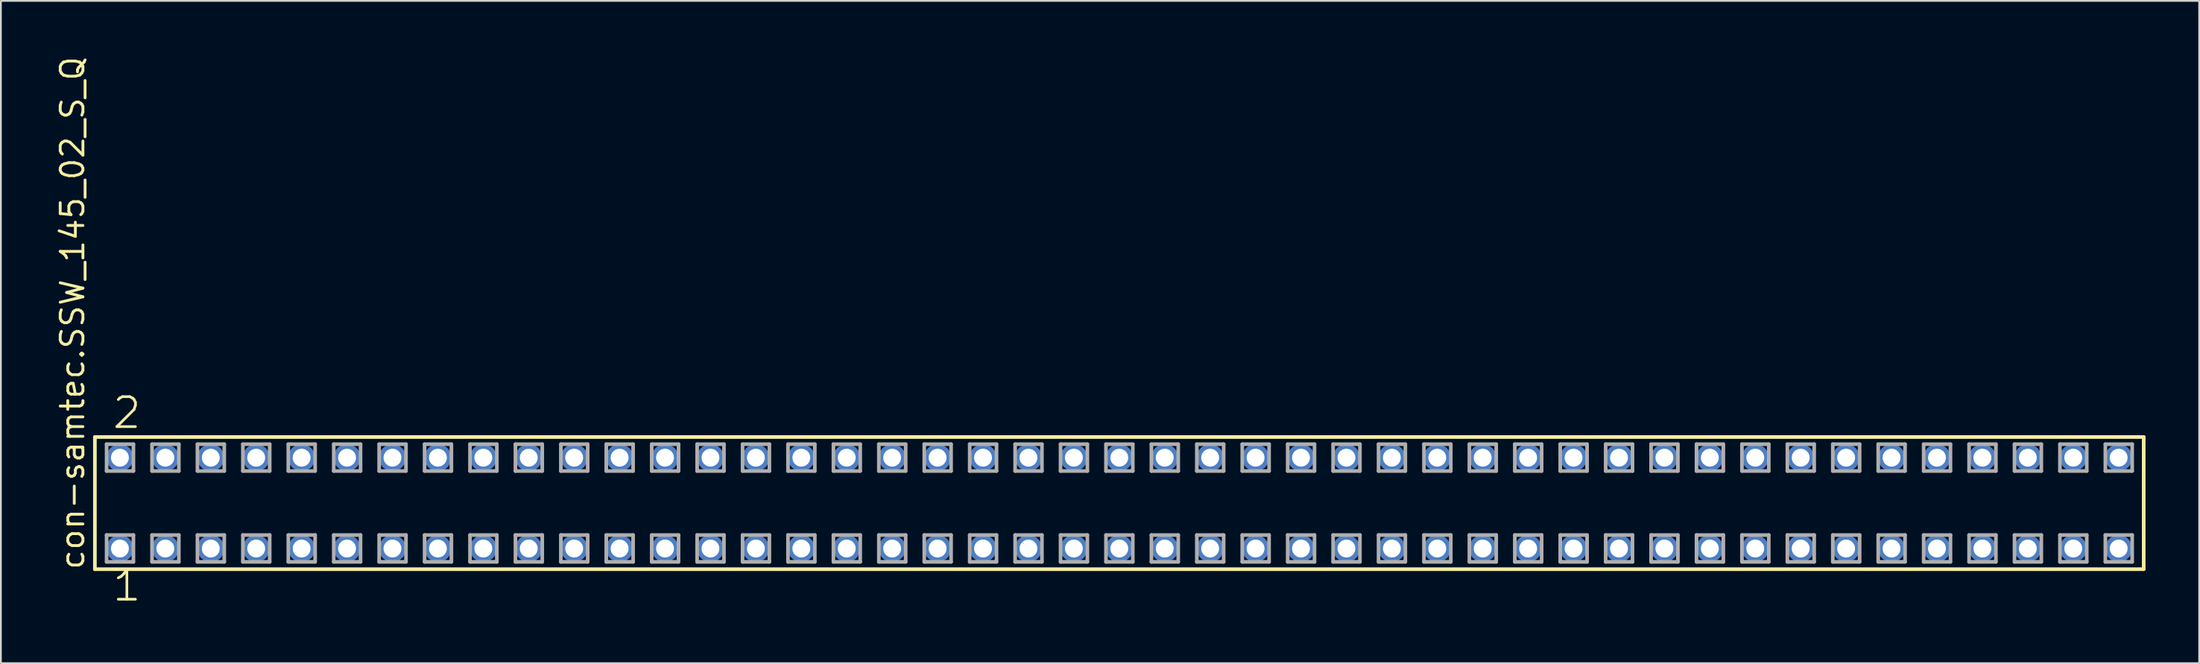
<source format=kicad_pcb>
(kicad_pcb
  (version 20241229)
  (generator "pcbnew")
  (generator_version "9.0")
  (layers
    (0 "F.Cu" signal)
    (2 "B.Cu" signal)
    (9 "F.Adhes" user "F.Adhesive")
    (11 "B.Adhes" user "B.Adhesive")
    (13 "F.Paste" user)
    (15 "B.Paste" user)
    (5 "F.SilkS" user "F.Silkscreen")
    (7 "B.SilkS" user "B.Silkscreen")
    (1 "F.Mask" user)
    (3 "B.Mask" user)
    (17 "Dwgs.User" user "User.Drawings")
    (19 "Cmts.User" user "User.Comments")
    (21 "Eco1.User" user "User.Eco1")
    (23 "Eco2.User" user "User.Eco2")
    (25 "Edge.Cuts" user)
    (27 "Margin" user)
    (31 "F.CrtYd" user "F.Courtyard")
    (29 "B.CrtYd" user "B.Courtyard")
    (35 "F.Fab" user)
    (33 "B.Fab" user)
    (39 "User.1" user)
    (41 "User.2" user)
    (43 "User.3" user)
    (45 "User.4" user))
  (footprint "con-samtec.SSW_145_02_S_Q"
    (layer "F.Cu")
    (at 59.535 25.082)
    (property "Reference" "con-samtec.SSW_145_02_S_Q" (at -57.785 3.81 90) (layer "F.SilkS") (effects (font (size 1.27 1.27) (thickness 0.16)) (justify left bottom)))
    (attr through_hole)
    (fp_line (start -57.279 -3.695) (end 57.279 -3.695) (stroke (width 0.203) (type default)) (layer "F.SilkS"))
    (fp_line (start -57.279 3.695) (end -57.279 -3.695) (stroke (width 0.203) (type default)) (layer "F.SilkS"))
    (fp_line (start 57.279 -3.695) (end 57.279 3.695) (stroke (width 0.203) (type default)) (layer "F.SilkS"))
    (fp_line (start 57.279 3.695) (end -57.279 3.695) (stroke (width 0.203) (type default)) (layer "F.SilkS"))
    (fp_line (start -56.625 -3.295) (end -55.125 -3.295) (stroke (width 0.203) (type default)) (layer "F.Fab"))
    (fp_line (start -56.625 -1.795) (end -56.625 -3.295) (stroke (width 0.203) (type default)) (layer "F.Fab"))
    (fp_line (start -56.625 1.785) (end -55.125 1.785) (stroke (width 0.203) (type default)) (layer "F.Fab"))
    (fp_line (start -56.625 3.285) (end -56.625 1.785) (stroke (width 0.203) (type default)) (layer "F.Fab"))
    (fp_line (start -55.125 -3.295) (end -55.125 -1.795) (stroke (width 0.203) (type default)) (layer "F.Fab"))
    (fp_line (start -55.125 -1.795) (end -56.625 -1.795) (stroke (width 0.203) (type default)) (layer "F.Fab"))
    (fp_line (start -55.125 1.785) (end -55.125 3.285) (stroke (width 0.203) (type default)) (layer "F.Fab"))
    (fp_line (start -55.125 3.285) (end -56.625 3.285) (stroke (width 0.203) (type default)) (layer "F.Fab"))
    (fp_line (start -54.085 -3.295) (end -52.585 -3.295) (stroke (width 0.203) (type default)) (layer "F.Fab"))
    (fp_line (start -54.085 -1.795) (end -54.085 -3.295) (stroke (width 0.203) (type default)) (layer "F.Fab"))
    (fp_line (start -54.085 1.785) (end -52.585 1.785) (stroke (width 0.203) (type default)) (layer "F.Fab"))
    (fp_line (start -54.085 3.285) (end -54.085 1.785) (stroke (width 0.203) (type default)) (layer "F.Fab"))
    (fp_line (start -52.585 -3.295) (end -52.585 -1.795) (stroke (width 0.203) (type default)) (layer "F.Fab"))
    (fp_line (start -52.585 -1.795) (end -54.085 -1.795) (stroke (width 0.203) (type default)) (layer "F.Fab"))
    (fp_line (start -52.585 1.785) (end -52.585 3.285) (stroke (width 0.203) (type default)) (layer "F.Fab"))
    (fp_line (start -52.585 3.285) (end -54.085 3.285) (stroke (width 0.203) (type default)) (layer "F.Fab"))
    (fp_line (start -51.545 -3.295) (end -50.045 -3.295) (stroke (width 0.203) (type default)) (layer "F.Fab"))
    (fp_line (start -51.545 -1.795) (end -51.545 -3.295) (stroke (width 0.203) (type default)) (layer "F.Fab"))
    (fp_line (start -51.545 1.785) (end -50.045 1.785) (stroke (width 0.203) (type default)) (layer "F.Fab"))
    (fp_line (start -51.545 3.285) (end -51.545 1.785) (stroke (width 0.203) (type default)) (layer "F.Fab"))
    (fp_line (start -50.045 -3.295) (end -50.045 -1.795) (stroke (width 0.203) (type default)) (layer "F.Fab"))
    (fp_line (start -50.045 -1.795) (end -51.545 -1.795) (stroke (width 0.203) (type default)) (layer "F.Fab"))
    (fp_line (start -50.045 1.785) (end -50.045 3.285) (stroke (width 0.203) (type default)) (layer "F.Fab"))
    (fp_line (start -50.045 3.285) (end -51.545 3.285) (stroke (width 0.203) (type default)) (layer "F.Fab"))
    (fp_line (start -49.005 -3.295) (end -47.505 -3.295) (stroke (width 0.203) (type default)) (layer "F.Fab"))
    (fp_line (start -49.005 -1.795) (end -49.005 -3.295) (stroke (width 0.203) (type default)) (layer "F.Fab"))
    (fp_line (start -49.005 1.785) (end -47.505 1.785) (stroke (width 0.203) (type default)) (layer "F.Fab"))
    (fp_line (start -49.005 3.285) (end -49.005 1.785) (stroke (width 0.203) (type default)) (layer "F.Fab"))
    (fp_line (start -47.505 -3.295) (end -47.505 -1.795) (stroke (width 0.203) (type default)) (layer "F.Fab"))
    (fp_line (start -47.505 -1.795) (end -49.005 -1.795) (stroke (width 0.203) (type default)) (layer "F.Fab"))
    (fp_line (start -47.505 1.785) (end -47.505 3.285) (stroke (width 0.203) (type default)) (layer "F.Fab"))
    (fp_line (start -47.505 3.285) (end -49.005 3.285) (stroke (width 0.203) (type default)) (layer "F.Fab"))
    (fp_line (start -46.465 -3.295) (end -44.965 -3.295) (stroke (width 0.203) (type default)) (layer "F.Fab"))
    (fp_line (start -46.465 -1.795) (end -46.465 -3.295) (stroke (width 0.203) (type default)) (layer "F.Fab"))
    (fp_line (start -46.465 1.785) (end -44.965 1.785) (stroke (width 0.203) (type default)) (layer "F.Fab"))
    (fp_line (start -46.465 3.285) (end -46.465 1.785) (stroke (width 0.203) (type default)) (layer "F.Fab"))
    (fp_line (start -44.965 -3.295) (end -44.965 -1.795) (stroke (width 0.203) (type default)) (layer "F.Fab"))
    (fp_line (start -44.965 -1.795) (end -46.465 -1.795) (stroke (width 0.203) (type default)) (layer "F.Fab"))
    (fp_line (start -44.965 1.785) (end -44.965 3.285) (stroke (width 0.203) (type default)) (layer "F.Fab"))
    (fp_line (start -44.965 3.285) (end -46.465 3.285) (stroke (width 0.203) (type default)) (layer "F.Fab"))
    (fp_line (start -43.925 -3.295) (end -42.425 -3.295) (stroke (width 0.203) (type default)) (layer "F.Fab"))
    (fp_line (start -43.925 -1.795) (end -43.925 -3.295) (stroke (width 0.203) (type default)) (layer "F.Fab"))
    (fp_line (start -43.925 1.785) (end -42.425 1.785) (stroke (width 0.203) (type default)) (layer "F.Fab"))
    (fp_line (start -43.925 3.285) (end -43.925 1.785) (stroke (width 0.203) (type default)) (layer "F.Fab"))
    (fp_line (start -42.425 -3.295) (end -42.425 -1.795) (stroke (width 0.203) (type default)) (layer "F.Fab"))
    (fp_line (start -42.425 -1.795) (end -43.925 -1.795) (stroke (width 0.203) (type default)) (layer "F.Fab"))
    (fp_line (start -42.425 1.785) (end -42.425 3.285) (stroke (width 0.203) (type default)) (layer "F.Fab"))
    (fp_line (start -42.425 3.285) (end -43.925 3.285) (stroke (width 0.203) (type default)) (layer "F.Fab"))
    (fp_line (start -41.385 -3.295) (end -39.885 -3.295) (stroke (width 0.203) (type default)) (layer "F.Fab"))
    (fp_line (start -41.385 -1.795) (end -41.385 -3.295) (stroke (width 0.203) (type default)) (layer "F.Fab"))
    (fp_line (start -41.385 1.785) (end -39.885 1.785) (stroke (width 0.203) (type default)) (layer "F.Fab"))
    (fp_line (start -41.385 3.285) (end -41.385 1.785) (stroke (width 0.203) (type default)) (layer "F.Fab"))
    (fp_line (start -39.885 -3.295) (end -39.885 -1.795) (stroke (width 0.203) (type default)) (layer "F.Fab"))
    (fp_line (start -39.885 -1.795) (end -41.385 -1.795) (stroke (width 0.203) (type default)) (layer "F.Fab"))
    (fp_line (start -39.885 1.785) (end -39.885 3.285) (stroke (width 0.203) (type default)) (layer "F.Fab"))
    (fp_line (start -39.885 3.285) (end -41.385 3.285) (stroke (width 0.203) (type default)) (layer "F.Fab"))
    (fp_line (start -38.845 -3.295) (end -37.345 -3.295) (stroke (width 0.203) (type default)) (layer "F.Fab"))
    (fp_line (start -38.845 -1.795) (end -38.845 -3.295) (stroke (width 0.203) (type default)) (layer "F.Fab"))
    (fp_line (start -38.845 1.785) (end -37.345 1.785) (stroke (width 0.203) (type default)) (layer "F.Fab"))
    (fp_line (start -38.845 3.285) (end -38.845 1.785) (stroke (width 0.203) (type default)) (layer "F.Fab"))
    (fp_line (start -37.345 -3.295) (end -37.345 -1.795) (stroke (width 0.203) (type default)) (layer "F.Fab"))
    (fp_line (start -37.345 -1.795) (end -38.845 -1.795) (stroke (width 0.203) (type default)) (layer "F.Fab"))
    (fp_line (start -37.345 1.785) (end -37.345 3.285) (stroke (width 0.203) (type default)) (layer "F.Fab"))
    (fp_line (start -37.345 3.285) (end -38.845 3.285) (stroke (width 0.203) (type default)) (layer "F.Fab"))
    (fp_line (start -36.305 -3.295) (end -34.805 -3.295) (stroke (width 0.203) (type default)) (layer "F.Fab"))
    (fp_line (start -36.305 -1.795) (end -36.305 -3.295) (stroke (width 0.203) (type default)) (layer "F.Fab"))
    (fp_line (start -36.305 1.785) (end -34.805 1.785) (stroke (width 0.203) (type default)) (layer "F.Fab"))
    (fp_line (start -36.305 3.285) (end -36.305 1.785) (stroke (width 0.203) (type default)) (layer "F.Fab"))
    (fp_line (start -34.805 -3.295) (end -34.805 -1.795) (stroke (width 0.203) (type default)) (layer "F.Fab"))
    (fp_line (start -34.805 -1.795) (end -36.305 -1.795) (stroke (width 0.203) (type default)) (layer "F.Fab"))
    (fp_line (start -34.805 1.785) (end -34.805 3.285) (stroke (width 0.203) (type default)) (layer "F.Fab"))
    (fp_line (start -34.805 3.285) (end -36.305 3.285) (stroke (width 0.203) (type default)) (layer "F.Fab"))
    (fp_line (start -33.765 -3.295) (end -32.265 -3.295) (stroke (width 0.203) (type default)) (layer "F.Fab"))
    (fp_line (start -33.765 -1.795) (end -33.765 -3.295) (stroke (width 0.203) (type default)) (layer "F.Fab"))
    (fp_line (start -33.765 1.785) (end -32.265 1.785) (stroke (width 0.203) (type default)) (layer "F.Fab"))
    (fp_line (start -33.765 3.285) (end -33.765 1.785) (stroke (width 0.203) (type default)) (layer "F.Fab"))
    (fp_line (start -32.265 -3.295) (end -32.265 -1.795) (stroke (width 0.203) (type default)) (layer "F.Fab"))
    (fp_line (start -32.265 -1.795) (end -33.765 -1.795) (stroke (width 0.203) (type default)) (layer "F.Fab"))
    (fp_line (start -32.265 1.785) (end -32.265 3.285) (stroke (width 0.203) (type default)) (layer "F.Fab"))
    (fp_line (start -32.265 3.285) (end -33.765 3.285) (stroke (width 0.203) (type default)) (layer "F.Fab"))
    (fp_line (start -31.225 -3.295) (end -29.725 -3.295) (stroke (width 0.203) (type default)) (layer "F.Fab"))
    (fp_line (start -31.225 -1.795) (end -31.225 -3.295) (stroke (width 0.203) (type default)) (layer "F.Fab"))
    (fp_line (start -31.225 1.785) (end -29.725 1.785) (stroke (width 0.203) (type default)) (layer "F.Fab"))
    (fp_line (start -31.225 3.285) (end -31.225 1.785) (stroke (width 0.203) (type default)) (layer "F.Fab"))
    (fp_line (start -29.725 -3.295) (end -29.725 -1.795) (stroke (width 0.203) (type default)) (layer "F.Fab"))
    (fp_line (start -29.725 -1.795) (end -31.225 -1.795) (stroke (width 0.203) (type default)) (layer "F.Fab"))
    (fp_line (start -29.725 1.785) (end -29.725 3.285) (stroke (width 0.203) (type default)) (layer "F.Fab"))
    (fp_line (start -29.725 3.285) (end -31.225 3.285) (stroke (width 0.203) (type default)) (layer "F.Fab"))
    (fp_line (start -28.685 -3.295) (end -27.185 -3.295) (stroke (width 0.203) (type default)) (layer "F.Fab"))
    (fp_line (start -28.685 -1.795) (end -28.685 -3.295) (stroke (width 0.203) (type default)) (layer "F.Fab"))
    (fp_line (start -28.685 1.785) (end -27.185 1.785) (stroke (width 0.203) (type default)) (layer "F.Fab"))
    (fp_line (start -28.685 3.285) (end -28.685 1.785) (stroke (width 0.203) (type default)) (layer "F.Fab"))
    (fp_line (start -27.185 -3.295) (end -27.185 -1.795) (stroke (width 0.203) (type default)) (layer "F.Fab"))
    (fp_line (start -27.185 -1.795) (end -28.685 -1.795) (stroke (width 0.203) (type default)) (layer "F.Fab"))
    (fp_line (start -27.185 1.785) (end -27.185 3.285) (stroke (width 0.203) (type default)) (layer "F.Fab"))
    (fp_line (start -27.185 3.285) (end -28.685 3.285) (stroke (width 0.203) (type default)) (layer "F.Fab"))
    (fp_line (start -26.145 -3.295) (end -24.645 -3.295) (stroke (width 0.203) (type default)) (layer "F.Fab"))
    (fp_line (start -26.145 -1.795) (end -26.145 -3.295) (stroke (width 0.203) (type default)) (layer "F.Fab"))
    (fp_line (start -26.145 1.785) (end -24.645 1.785) (stroke (width 0.203) (type default)) (layer "F.Fab"))
    (fp_line (start -26.145 3.285) (end -26.145 1.785) (stroke (width 0.203) (type default)) (layer "F.Fab"))
    (fp_line (start -24.645 -3.295) (end -24.645 -1.795) (stroke (width 0.203) (type default)) (layer "F.Fab"))
    (fp_line (start -24.645 -1.795) (end -26.145 -1.795) (stroke (width 0.203) (type default)) (layer "F.Fab"))
    (fp_line (start -24.645 1.785) (end -24.645 3.285) (stroke (width 0.203) (type default)) (layer "F.Fab"))
    (fp_line (start -24.645 3.285) (end -26.145 3.285) (stroke (width 0.203) (type default)) (layer "F.Fab"))
    (fp_line (start -23.605 -3.295) (end -22.105 -3.295) (stroke (width 0.203) (type default)) (layer "F.Fab"))
    (fp_line (start -23.605 -1.795) (end -23.605 -3.295) (stroke (width 0.203) (type default)) (layer "F.Fab"))
    (fp_line (start -23.605 1.785) (end -22.105 1.785) (stroke (width 0.203) (type default)) (layer "F.Fab"))
    (fp_line (start -23.605 3.285) (end -23.605 1.785) (stroke (width 0.203) (type default)) (layer "F.Fab"))
    (fp_line (start -22.105 -3.295) (end -22.105 -1.795) (stroke (width 0.203) (type default)) (layer "F.Fab"))
    (fp_line (start -22.105 -1.795) (end -23.605 -1.795) (stroke (width 0.203) (type default)) (layer "F.Fab"))
    (fp_line (start -22.105 1.785) (end -22.105 3.285) (stroke (width 0.203) (type default)) (layer "F.Fab"))
    (fp_line (start -22.105 3.285) (end -23.605 3.285) (stroke (width 0.203) (type default)) (layer "F.Fab"))
    (fp_line (start -21.065 -3.295) (end -19.565 -3.295) (stroke (width 0.203) (type default)) (layer "F.Fab"))
    (fp_line (start -21.065 -1.795) (end -21.065 -3.295) (stroke (width 0.203) (type default)) (layer "F.Fab"))
    (fp_line (start -21.065 1.785) (end -19.565 1.785) (stroke (width 0.203) (type default)) (layer "F.Fab"))
    (fp_line (start -21.065 3.285) (end -21.065 1.785) (stroke (width 0.203) (type default)) (layer "F.Fab"))
    (fp_line (start -19.565 -3.295) (end -19.565 -1.795) (stroke (width 0.203) (type default)) (layer "F.Fab"))
    (fp_line (start -19.565 -1.795) (end -21.065 -1.795) (stroke (width 0.203) (type default)) (layer "F.Fab"))
    (fp_line (start -19.565 1.785) (end -19.565 3.285) (stroke (width 0.203) (type default)) (layer "F.Fab"))
    (fp_line (start -19.565 3.285) (end -21.065 3.285) (stroke (width 0.203) (type default)) (layer "F.Fab"))
    (fp_line (start -18.525 -3.295) (end -17.025 -3.295) (stroke (width 0.203) (type default)) (layer "F.Fab"))
    (fp_line (start -18.525 -1.795) (end -18.525 -3.295) (stroke (width 0.203) (type default)) (layer "F.Fab"))
    (fp_line (start -18.525 1.785) (end -17.025 1.785) (stroke (width 0.203) (type default)) (layer "F.Fab"))
    (fp_line (start -18.525 3.285) (end -18.525 1.785) (stroke (width 0.203) (type default)) (layer "F.Fab"))
    (fp_line (start -17.025 -3.295) (end -17.025 -1.795) (stroke (width 0.203) (type default)) (layer "F.Fab"))
    (fp_line (start -17.025 -1.795) (end -18.525 -1.795) (stroke (width 0.203) (type default)) (layer "F.Fab"))
    (fp_line (start -17.025 1.785) (end -17.025 3.285) (stroke (width 0.203) (type default)) (layer "F.Fab"))
    (fp_line (start -17.025 3.285) (end -18.525 3.285) (stroke (width 0.203) (type default)) (layer "F.Fab"))
    (fp_line (start -15.985 -3.295) (end -14.485 -3.295) (stroke (width 0.203) (type default)) (layer "F.Fab"))
    (fp_line (start -15.985 -1.795) (end -15.985 -3.295) (stroke (width 0.203) (type default)) (layer "F.Fab"))
    (fp_line (start -15.985 1.785) (end -14.485 1.785) (stroke (width 0.203) (type default)) (layer "F.Fab"))
    (fp_line (start -15.985 3.285) (end -15.985 1.785) (stroke (width 0.203) (type default)) (layer "F.Fab"))
    (fp_line (start -14.485 -3.295) (end -14.485 -1.795) (stroke (width 0.203) (type default)) (layer "F.Fab"))
    (fp_line (start -14.485 -1.795) (end -15.985 -1.795) (stroke (width 0.203) (type default)) (layer "F.Fab"))
    (fp_line (start -14.485 1.785) (end -14.485 3.285) (stroke (width 0.203) (type default)) (layer "F.Fab"))
    (fp_line (start -14.485 3.285) (end -15.985 3.285) (stroke (width 0.203) (type default)) (layer "F.Fab"))
    (fp_line (start -13.445 -3.295) (end -11.945 -3.295) (stroke (width 0.203) (type default)) (layer "F.Fab"))
    (fp_line (start -13.445 -1.795) (end -13.445 -3.295) (stroke (width 0.203) (type default)) (layer "F.Fab"))
    (fp_line (start -13.445 1.785) (end -11.945 1.785) (stroke (width 0.203) (type default)) (layer "F.Fab"))
    (fp_line (start -13.445 3.285) (end -13.445 1.785) (stroke (width 0.203) (type default)) (layer "F.Fab"))
    (fp_line (start -11.945 -3.295) (end -11.945 -1.795) (stroke (width 0.203) (type default)) (layer "F.Fab"))
    (fp_line (start -11.945 -1.795) (end -13.445 -1.795) (stroke (width 0.203) (type default)) (layer "F.Fab"))
    (fp_line (start -11.945 1.785) (end -11.945 3.285) (stroke (width 0.203) (type default)) (layer "F.Fab"))
    (fp_line (start -11.945 3.285) (end -13.445 3.285) (stroke (width 0.203) (type default)) (layer "F.Fab"))
    (fp_line (start -10.905 -3.295) (end -9.405 -3.295) (stroke (width 0.203) (type default)) (layer "F.Fab"))
    (fp_line (start -10.905 -1.795) (end -10.905 -3.295) (stroke (width 0.203) (type default)) (layer "F.Fab"))
    (fp_line (start -10.905 1.785) (end -9.405 1.785) (stroke (width 0.203) (type default)) (layer "F.Fab"))
    (fp_line (start -10.905 3.285) (end -10.905 1.785) (stroke (width 0.203) (type default)) (layer "F.Fab"))
    (fp_line (start -9.405 -3.295) (end -9.405 -1.795) (stroke (width 0.203) (type default)) (layer "F.Fab"))
    (fp_line (start -9.405 -1.795) (end -10.905 -1.795) (stroke (width 0.203) (type default)) (layer "F.Fab"))
    (fp_line (start -9.405 1.785) (end -9.405 3.285) (stroke (width 0.203) (type default)) (layer "F.Fab"))
    (fp_line (start -9.405 3.285) (end -10.905 3.285) (stroke (width 0.203) (type default)) (layer "F.Fab"))
    (fp_line (start -8.365 -3.295) (end -6.865 -3.295) (stroke (width 0.203) (type default)) (layer "F.Fab"))
    (fp_line (start -8.365 -1.795) (end -8.365 -3.295) (stroke (width 0.203) (type default)) (layer "F.Fab"))
    (fp_line (start -8.365 1.785) (end -6.865 1.785) (stroke (width 0.203) (type default)) (layer "F.Fab"))
    (fp_line (start -8.365 3.285) (end -8.365 1.785) (stroke (width 0.203) (type default)) (layer "F.Fab"))
    (fp_line (start -6.865 -3.295) (end -6.865 -1.795) (stroke (width 0.203) (type default)) (layer "F.Fab"))
    (fp_line (start -6.865 -1.795) (end -8.365 -1.795) (stroke (width 0.203) (type default)) (layer "F.Fab"))
    (fp_line (start -6.865 1.785) (end -6.865 3.285) (stroke (width 0.203) (type default)) (layer "F.Fab"))
    (fp_line (start -6.865 3.285) (end -8.365 3.285) (stroke (width 0.203) (type default)) (layer "F.Fab"))
    (fp_line (start -5.825 -3.295) (end -4.325 -3.295) (stroke (width 0.203) (type default)) (layer "F.Fab"))
    (fp_line (start -5.825 -1.795) (end -5.825 -3.295) (stroke (width 0.203) (type default)) (layer "F.Fab"))
    (fp_line (start -5.825 1.785) (end -4.325 1.785) (stroke (width 0.203) (type default)) (layer "F.Fab"))
    (fp_line (start -5.825 3.285) (end -5.825 1.785) (stroke (width 0.203) (type default)) (layer "F.Fab"))
    (fp_line (start -4.325 -3.295) (end -4.325 -1.795) (stroke (width 0.203) (type default)) (layer "F.Fab"))
    (fp_line (start -4.325 -1.795) (end -5.825 -1.795) (stroke (width 0.203) (type default)) (layer "F.Fab"))
    (fp_line (start -4.325 1.785) (end -4.325 3.285) (stroke (width 0.203) (type default)) (layer "F.Fab"))
    (fp_line (start -4.325 3.285) (end -5.825 3.285) (stroke (width 0.203) (type default)) (layer "F.Fab"))
    (fp_line (start -3.285 -3.295) (end -1.785 -3.295) (stroke (width 0.203) (type default)) (layer "F.Fab"))
    (fp_line (start -3.285 -1.795) (end -3.285 -3.295) (stroke (width 0.203) (type default)) (layer "F.Fab"))
    (fp_line (start -3.285 1.785) (end -1.785 1.785) (stroke (width 0.203) (type default)) (layer "F.Fab"))
    (fp_line (start -3.285 3.285) (end -3.285 1.785) (stroke (width 0.203) (type default)) (layer "F.Fab"))
    (fp_line (start -1.785 -3.295) (end -1.785 -1.795) (stroke (width 0.203) (type default)) (layer "F.Fab"))
    (fp_line (start -1.785 -1.795) (end -3.285 -1.795) (stroke (width 0.203) (type default)) (layer "F.Fab"))
    (fp_line (start -1.785 1.785) (end -1.785 3.285) (stroke (width 0.203) (type default)) (layer "F.Fab"))
    (fp_line (start -1.785 3.285) (end -3.285 3.285) (stroke (width 0.203) (type default)) (layer "F.Fab"))
    (fp_line (start -0.745 -3.295) (end 0.755 -3.295) (stroke (width 0.203) (type default)) (layer "F.Fab"))
    (fp_line (start -0.745 -1.795) (end -0.745 -3.295) (stroke (width 0.203) (type default)) (layer "F.Fab"))
    (fp_line (start -0.745 1.785) (end 0.755 1.785) (stroke (width 0.203) (type default)) (layer "F.Fab"))
    (fp_line (start -0.745 3.285) (end -0.745 1.785) (stroke (width 0.203) (type default)) (layer "F.Fab"))
    (fp_line (start 0.755 -3.295) (end 0.755 -1.795) (stroke (width 0.203) (type default)) (layer "F.Fab"))
    (fp_line (start 0.755 -1.795) (end -0.745 -1.795) (stroke (width 0.203) (type default)) (layer "F.Fab"))
    (fp_line (start 0.755 1.785) (end 0.755 3.285) (stroke (width 0.203) (type default)) (layer "F.Fab"))
    (fp_line (start 0.755 3.285) (end -0.745 3.285) (stroke (width 0.203) (type default)) (layer "F.Fab"))
    (fp_line (start 1.795 -3.295) (end 3.295 -3.295) (stroke (width 0.203) (type default)) (layer "F.Fab"))
    (fp_line (start 1.795 -1.795) (end 1.795 -3.295) (stroke (width 0.203) (type default)) (layer "F.Fab"))
    (fp_line (start 1.795 1.785) (end 3.295 1.785) (stroke (width 0.203) (type default)) (layer "F.Fab"))
    (fp_line (start 1.795 3.285) (end 1.795 1.785) (stroke (width 0.203) (type default)) (layer "F.Fab"))
    (fp_line (start 3.295 -3.295) (end 3.295 -1.795) (stroke (width 0.203) (type default)) (layer "F.Fab"))
    (fp_line (start 3.295 -1.795) (end 1.795 -1.795) (stroke (width 0.203) (type default)) (layer "F.Fab"))
    (fp_line (start 3.295 1.785) (end 3.295 3.285) (stroke (width 0.203) (type default)) (layer "F.Fab"))
    (fp_line (start 3.295 3.285) (end 1.795 3.285) (stroke (width 0.203) (type default)) (layer "F.Fab"))
    (fp_line (start 4.335 -3.295) (end 5.835 -3.295) (stroke (width 0.203) (type default)) (layer "F.Fab"))
    (fp_line (start 4.335 -1.795) (end 4.335 -3.295) (stroke (width 0.203) (type default)) (layer "F.Fab"))
    (fp_line (start 4.335 1.785) (end 5.835 1.785) (stroke (width 0.203) (type default)) (layer "F.Fab"))
    (fp_line (start 4.335 3.285) (end 4.335 1.785) (stroke (width 0.203) (type default)) (layer "F.Fab"))
    (fp_line (start 5.835 -3.295) (end 5.835 -1.795) (stroke (width 0.203) (type default)) (layer "F.Fab"))
    (fp_line (start 5.835 -1.795) (end 4.335 -1.795) (stroke (width 0.203) (type default)) (layer "F.Fab"))
    (fp_line (start 5.835 1.785) (end 5.835 3.285) (stroke (width 0.203) (type default)) (layer "F.Fab"))
    (fp_line (start 5.835 3.285) (end 4.335 3.285) (stroke (width 0.203) (type default)) (layer "F.Fab"))
    (fp_line (start 6.875 -3.295) (end 8.375 -3.295) (stroke (width 0.203) (type default)) (layer "F.Fab"))
    (fp_line (start 6.875 -1.795) (end 6.875 -3.295) (stroke (width 0.203) (type default)) (layer "F.Fab"))
    (fp_line (start 6.875 1.785) (end 8.375 1.785) (stroke (width 0.203) (type default)) (layer "F.Fab"))
    (fp_line (start 6.875 3.285) (end 6.875 1.785) (stroke (width 0.203) (type default)) (layer "F.Fab"))
    (fp_line (start 8.375 -3.295) (end 8.375 -1.795) (stroke (width 0.203) (type default)) (layer "F.Fab"))
    (fp_line (start 8.375 -1.795) (end 6.875 -1.795) (stroke (width 0.203) (type default)) (layer "F.Fab"))
    (fp_line (start 8.375 1.785) (end 8.375 3.285) (stroke (width 0.203) (type default)) (layer "F.Fab"))
    (fp_line (start 8.375 3.285) (end 6.875 3.285) (stroke (width 0.203) (type default)) (layer "F.Fab"))
    (fp_line (start 9.415 -3.295) (end 10.915 -3.295) (stroke (width 0.203) (type default)) (layer "F.Fab"))
    (fp_line (start 9.415 -1.795) (end 9.415 -3.295) (stroke (width 0.203) (type default)) (layer "F.Fab"))
    (fp_line (start 9.415 1.785) (end 10.915 1.785) (stroke (width 0.203) (type default)) (layer "F.Fab"))
    (fp_line (start 9.415 3.285) (end 9.415 1.785) (stroke (width 0.203) (type default)) (layer "F.Fab"))
    (fp_line (start 10.915 -3.295) (end 10.915 -1.795) (stroke (width 0.203) (type default)) (layer "F.Fab"))
    (fp_line (start 10.915 -1.795) (end 9.415 -1.795) (stroke (width 0.203) (type default)) (layer "F.Fab"))
    (fp_line (start 10.915 1.785) (end 10.915 3.285) (stroke (width 0.203) (type default)) (layer "F.Fab"))
    (fp_line (start 10.915 3.285) (end 9.415 3.285) (stroke (width 0.203) (type default)) (layer "F.Fab"))
    (fp_line (start 11.955 -3.295) (end 13.455 -3.295) (stroke (width 0.203) (type default)) (layer "F.Fab"))
    (fp_line (start 11.955 -1.795) (end 11.955 -3.295) (stroke (width 0.203) (type default)) (layer "F.Fab"))
    (fp_line (start 11.955 1.785) (end 13.455 1.785) (stroke (width 0.203) (type default)) (layer "F.Fab"))
    (fp_line (start 11.955 3.285) (end 11.955 1.785) (stroke (width 0.203) (type default)) (layer "F.Fab"))
    (fp_line (start 13.455 -3.295) (end 13.455 -1.795) (stroke (width 0.203) (type default)) (layer "F.Fab"))
    (fp_line (start 13.455 -1.795) (end 11.955 -1.795) (stroke (width 0.203) (type default)) (layer "F.Fab"))
    (fp_line (start 13.455 1.785) (end 13.455 3.285) (stroke (width 0.203) (type default)) (layer "F.Fab"))
    (fp_line (start 13.455 3.285) (end 11.955 3.285) (stroke (width 0.203) (type default)) (layer "F.Fab"))
    (fp_line (start 14.495 -3.295) (end 15.995 -3.295) (stroke (width 0.203) (type default)) (layer "F.Fab"))
    (fp_line (start 14.495 -1.795) (end 14.495 -3.295) (stroke (width 0.203) (type default)) (layer "F.Fab"))
    (fp_line (start 14.495 1.785) (end 15.995 1.785) (stroke (width 0.203) (type default)) (layer "F.Fab"))
    (fp_line (start 14.495 3.285) (end 14.495 1.785) (stroke (width 0.203) (type default)) (layer "F.Fab"))
    (fp_line (start 15.995 -3.295) (end 15.995 -1.795) (stroke (width 0.203) (type default)) (layer "F.Fab"))
    (fp_line (start 15.995 -1.795) (end 14.495 -1.795) (stroke (width 0.203) (type default)) (layer "F.Fab"))
    (fp_line (start 15.995 1.785) (end 15.995 3.285) (stroke (width 0.203) (type default)) (layer "F.Fab"))
    (fp_line (start 15.995 3.285) (end 14.495 3.285) (stroke (width 0.203) (type default)) (layer "F.Fab"))
    (fp_line (start 17.035 -3.295) (end 18.535 -3.295) (stroke (width 0.203) (type default)) (layer "F.Fab"))
    (fp_line (start 17.035 -1.795) (end 17.035 -3.295) (stroke (width 0.203) (type default)) (layer "F.Fab"))
    (fp_line (start 17.035 1.785) (end 18.535 1.785) (stroke (width 0.203) (type default)) (layer "F.Fab"))
    (fp_line (start 17.035 3.285) (end 17.035 1.785) (stroke (width 0.203) (type default)) (layer "F.Fab"))
    (fp_line (start 18.535 -3.295) (end 18.535 -1.795) (stroke (width 0.203) (type default)) (layer "F.Fab"))
    (fp_line (start 18.535 -1.795) (end 17.035 -1.795) (stroke (width 0.203) (type default)) (layer "F.Fab"))
    (fp_line (start 18.535 1.785) (end 18.535 3.285) (stroke (width 0.203) (type default)) (layer "F.Fab"))
    (fp_line (start 18.535 3.285) (end 17.035 3.285) (stroke (width 0.203) (type default)) (layer "F.Fab"))
    (fp_line (start 19.575 -3.295) (end 21.075 -3.295) (stroke (width 0.203) (type default)) (layer "F.Fab"))
    (fp_line (start 19.575 -1.795) (end 19.575 -3.295) (stroke (width 0.203) (type default)) (layer "F.Fab"))
    (fp_line (start 19.575 1.785) (end 21.075 1.785) (stroke (width 0.203) (type default)) (layer "F.Fab"))
    (fp_line (start 19.575 3.285) (end 19.575 1.785) (stroke (width 0.203) (type default)) (layer "F.Fab"))
    (fp_line (start 21.075 -3.295) (end 21.075 -1.795) (stroke (width 0.203) (type default)) (layer "F.Fab"))
    (fp_line (start 21.075 -1.795) (end 19.575 -1.795) (stroke (width 0.203) (type default)) (layer "F.Fab"))
    (fp_line (start 21.075 1.785) (end 21.075 3.285) (stroke (width 0.203) (type default)) (layer "F.Fab"))
    (fp_line (start 21.075 3.285) (end 19.575 3.285) (stroke (width 0.203) (type default)) (layer "F.Fab"))
    (fp_line (start 22.115 -3.295) (end 23.615 -3.295) (stroke (width 0.203) (type default)) (layer "F.Fab"))
    (fp_line (start 22.115 -1.795) (end 22.115 -3.295) (stroke (width 0.203) (type default)) (layer "F.Fab"))
    (fp_line (start 22.115 1.785) (end 23.615 1.785) (stroke (width 0.203) (type default)) (layer "F.Fab"))
    (fp_line (start 22.115 3.285) (end 22.115 1.785) (stroke (width 0.203) (type default)) (layer "F.Fab"))
    (fp_line (start 23.615 -3.295) (end 23.615 -1.795) (stroke (width 0.203) (type default)) (layer "F.Fab"))
    (fp_line (start 23.615 -1.795) (end 22.115 -1.795) (stroke (width 0.203) (type default)) (layer "F.Fab"))
    (fp_line (start 23.615 1.785) (end 23.615 3.285) (stroke (width 0.203) (type default)) (layer "F.Fab"))
    (fp_line (start 23.615 3.285) (end 22.115 3.285) (stroke (width 0.203) (type default)) (layer "F.Fab"))
    (fp_line (start 24.655 -3.295) (end 26.155 -3.295) (stroke (width 0.203) (type default)) (layer "F.Fab"))
    (fp_line (start 24.655 -1.795) (end 24.655 -3.295) (stroke (width 0.203) (type default)) (layer "F.Fab"))
    (fp_line (start 24.655 1.785) (end 26.155 1.785) (stroke (width 0.203) (type default)) (layer "F.Fab"))
    (fp_line (start 24.655 3.285) (end 24.655 1.785) (stroke (width 0.203) (type default)) (layer "F.Fab"))
    (fp_line (start 26.155 -3.295) (end 26.155 -1.795) (stroke (width 0.203) (type default)) (layer "F.Fab"))
    (fp_line (start 26.155 -1.795) (end 24.655 -1.795) (stroke (width 0.203) (type default)) (layer "F.Fab"))
    (fp_line (start 26.155 1.785) (end 26.155 3.285) (stroke (width 0.203) (type default)) (layer "F.Fab"))
    (fp_line (start 26.155 3.285) (end 24.655 3.285) (stroke (width 0.203) (type default)) (layer "F.Fab"))
    (fp_line (start 27.195 -3.295) (end 28.695 -3.295) (stroke (width 0.203) (type default)) (layer "F.Fab"))
    (fp_line (start 27.195 -1.795) (end 27.195 -3.295) (stroke (width 0.203) (type default)) (layer "F.Fab"))
    (fp_line (start 27.195 1.785) (end 28.695 1.785) (stroke (width 0.203) (type default)) (layer "F.Fab"))
    (fp_line (start 27.195 3.285) (end 27.195 1.785) (stroke (width 0.203) (type default)) (layer "F.Fab"))
    (fp_line (start 28.695 -3.295) (end 28.695 -1.795) (stroke (width 0.203) (type default)) (layer "F.Fab"))
    (fp_line (start 28.695 -1.795) (end 27.195 -1.795) (stroke (width 0.203) (type default)) (layer "F.Fab"))
    (fp_line (start 28.695 1.785) (end 28.695 3.285) (stroke (width 0.203) (type default)) (layer "F.Fab"))
    (fp_line (start 28.695 3.285) (end 27.195 3.285) (stroke (width 0.203) (type default)) (layer "F.Fab"))
    (fp_line (start 29.735 -3.295) (end 31.235 -3.295) (stroke (width 0.203) (type default)) (layer "F.Fab"))
    (fp_line (start 29.735 -1.795) (end 29.735 -3.295) (stroke (width 0.203) (type default)) (layer "F.Fab"))
    (fp_line (start 29.735 1.785) (end 31.235 1.785) (stroke (width 0.203) (type default)) (layer "F.Fab"))
    (fp_line (start 29.735 3.285) (end 29.735 1.785) (stroke (width 0.203) (type default)) (layer "F.Fab"))
    (fp_line (start 31.235 -3.295) (end 31.235 -1.795) (stroke (width 0.203) (type default)) (layer "F.Fab"))
    (fp_line (start 31.235 -1.795) (end 29.735 -1.795) (stroke (width 0.203) (type default)) (layer "F.Fab"))
    (fp_line (start 31.235 1.785) (end 31.235 3.285) (stroke (width 0.203) (type default)) (layer "F.Fab"))
    (fp_line (start 31.235 3.285) (end 29.735 3.285) (stroke (width 0.203) (type default)) (layer "F.Fab"))
    (fp_line (start 32.275 -3.295) (end 33.775 -3.295) (stroke (width 0.203) (type default)) (layer "F.Fab"))
    (fp_line (start 32.275 -1.795) (end 32.275 -3.295) (stroke (width 0.203) (type default)) (layer "F.Fab"))
    (fp_line (start 32.275 1.785) (end 33.775 1.785) (stroke (width 0.203) (type default)) (layer "F.Fab"))
    (fp_line (start 32.275 3.285) (end 32.275 1.785) (stroke (width 0.203) (type default)) (layer "F.Fab"))
    (fp_line (start 33.775 -3.295) (end 33.775 -1.795) (stroke (width 0.203) (type default)) (layer "F.Fab"))
    (fp_line (start 33.775 -1.795) (end 32.275 -1.795) (stroke (width 0.203) (type default)) (layer "F.Fab"))
    (fp_line (start 33.775 1.785) (end 33.775 3.285) (stroke (width 0.203) (type default)) (layer "F.Fab"))
    (fp_line (start 33.775 3.285) (end 32.275 3.285) (stroke (width 0.203) (type default)) (layer "F.Fab"))
    (fp_line (start 34.815 -3.295) (end 36.315 -3.295) (stroke (width 0.203) (type default)) (layer "F.Fab"))
    (fp_line (start 34.815 -1.795) (end 34.815 -3.295) (stroke (width 0.203) (type default)) (layer "F.Fab"))
    (fp_line (start 34.815 1.785) (end 36.315 1.785) (stroke (width 0.203) (type default)) (layer "F.Fab"))
    (fp_line (start 34.815 3.285) (end 34.815 1.785) (stroke (width 0.203) (type default)) (layer "F.Fab"))
    (fp_line (start 36.315 -3.295) (end 36.315 -1.795) (stroke (width 0.203) (type default)) (layer "F.Fab"))
    (fp_line (start 36.315 -1.795) (end 34.815 -1.795) (stroke (width 0.203) (type default)) (layer "F.Fab"))
    (fp_line (start 36.315 1.785) (end 36.315 3.285) (stroke (width 0.203) (type default)) (layer "F.Fab"))
    (fp_line (start 36.315 3.285) (end 34.815 3.285) (stroke (width 0.203) (type default)) (layer "F.Fab"))
    (fp_line (start 37.355 -3.295) (end 38.855 -3.295) (stroke (width 0.203) (type default)) (layer "F.Fab"))
    (fp_line (start 37.355 -1.795) (end 37.355 -3.295) (stroke (width 0.203) (type default)) (layer "F.Fab"))
    (fp_line (start 37.355 1.785) (end 38.855 1.785) (stroke (width 0.203) (type default)) (layer "F.Fab"))
    (fp_line (start 37.355 3.285) (end 37.355 1.785) (stroke (width 0.203) (type default)) (layer "F.Fab"))
    (fp_line (start 38.855 -3.295) (end 38.855 -1.795) (stroke (width 0.203) (type default)) (layer "F.Fab"))
    (fp_line (start 38.855 -1.795) (end 37.355 -1.795) (stroke (width 0.203) (type default)) (layer "F.Fab"))
    (fp_line (start 38.855 1.785) (end 38.855 3.285) (stroke (width 0.203) (type default)) (layer "F.Fab"))
    (fp_line (start 38.855 3.285) (end 37.355 3.285) (stroke (width 0.203) (type default)) (layer "F.Fab"))
    (fp_line (start 39.895 -3.295) (end 41.395 -3.295) (stroke (width 0.203) (type default)) (layer "F.Fab"))
    (fp_line (start 39.895 -1.795) (end 39.895 -3.295) (stroke (width 0.203) (type default)) (layer "F.Fab"))
    (fp_line (start 39.895 1.785) (end 41.395 1.785) (stroke (width 0.203) (type default)) (layer "F.Fab"))
    (fp_line (start 39.895 3.285) (end 39.895 1.785) (stroke (width 0.203) (type default)) (layer "F.Fab"))
    (fp_line (start 41.395 -3.295) (end 41.395 -1.795) (stroke (width 0.203) (type default)) (layer "F.Fab"))
    (fp_line (start 41.395 -1.795) (end 39.895 -1.795) (stroke (width 0.203) (type default)) (layer "F.Fab"))
    (fp_line (start 41.395 1.785) (end 41.395 3.285) (stroke (width 0.203) (type default)) (layer "F.Fab"))
    (fp_line (start 41.395 3.285) (end 39.895 3.285) (stroke (width 0.203) (type default)) (layer "F.Fab"))
    (fp_line (start 42.435 -3.295) (end 43.935 -3.295) (stroke (width 0.203) (type default)) (layer "F.Fab"))
    (fp_line (start 42.435 -1.795) (end 42.435 -3.295) (stroke (width 0.203) (type default)) (layer "F.Fab"))
    (fp_line (start 42.435 1.785) (end 43.935 1.785) (stroke (width 0.203) (type default)) (layer "F.Fab"))
    (fp_line (start 42.435 3.285) (end 42.435 1.785) (stroke (width 0.203) (type default)) (layer "F.Fab"))
    (fp_line (start 43.935 -3.295) (end 43.935 -1.795) (stroke (width 0.203) (type default)) (layer "F.Fab"))
    (fp_line (start 43.935 -1.795) (end 42.435 -1.795) (stroke (width 0.203) (type default)) (layer "F.Fab"))
    (fp_line (start 43.935 1.785) (end 43.935 3.285) (stroke (width 0.203) (type default)) (layer "F.Fab"))
    (fp_line (start 43.935 3.285) (end 42.435 3.285) (stroke (width 0.203) (type default)) (layer "F.Fab"))
    (fp_line (start 44.975 -3.295) (end 46.475 -3.295) (stroke (width 0.203) (type default)) (layer "F.Fab"))
    (fp_line (start 44.975 -1.795) (end 44.975 -3.295) (stroke (width 0.203) (type default)) (layer "F.Fab"))
    (fp_line (start 44.975 1.785) (end 46.475 1.785) (stroke (width 0.203) (type default)) (layer "F.Fab"))
    (fp_line (start 44.975 3.285) (end 44.975 1.785) (stroke (width 0.203) (type default)) (layer "F.Fab"))
    (fp_line (start 46.475 -3.295) (end 46.475 -1.795) (stroke (width 0.203) (type default)) (layer "F.Fab"))
    (fp_line (start 46.475 -1.795) (end 44.975 -1.795) (stroke (width 0.203) (type default)) (layer "F.Fab"))
    (fp_line (start 46.475 1.785) (end 46.475 3.285) (stroke (width 0.203) (type default)) (layer "F.Fab"))
    (fp_line (start 46.475 3.285) (end 44.975 3.285) (stroke (width 0.203) (type default)) (layer "F.Fab"))
    (fp_line (start 47.515 -3.295) (end 49.015 -3.295) (stroke (width 0.203) (type default)) (layer "F.Fab"))
    (fp_line (start 47.515 -1.795) (end 47.515 -3.295) (stroke (width 0.203) (type default)) (layer "F.Fab"))
    (fp_line (start 47.515 1.785) (end 49.015 1.785) (stroke (width 0.203) (type default)) (layer "F.Fab"))
    (fp_line (start 47.515 3.285) (end 47.515 1.785) (stroke (width 0.203) (type default)) (layer "F.Fab"))
    (fp_line (start 49.015 -3.295) (end 49.015 -1.795) (stroke (width 0.203) (type default)) (layer "F.Fab"))
    (fp_line (start 49.015 -1.795) (end 47.515 -1.795) (stroke (width 0.203) (type default)) (layer "F.Fab"))
    (fp_line (start 49.015 1.785) (end 49.015 3.285) (stroke (width 0.203) (type default)) (layer "F.Fab"))
    (fp_line (start 49.015 3.285) (end 47.515 3.285) (stroke (width 0.203) (type default)) (layer "F.Fab"))
    (fp_line (start 50.055 -3.295) (end 51.555 -3.295) (stroke (width 0.203) (type default)) (layer "F.Fab"))
    (fp_line (start 50.055 -1.795) (end 50.055 -3.295) (stroke (width 0.203) (type default)) (layer "F.Fab"))
    (fp_line (start 50.055 1.785) (end 51.555 1.785) (stroke (width 0.203) (type default)) (layer "F.Fab"))
    (fp_line (start 50.055 3.285) (end 50.055 1.785) (stroke (width 0.203) (type default)) (layer "F.Fab"))
    (fp_line (start 51.555 -3.295) (end 51.555 -1.795) (stroke (width 0.203) (type default)) (layer "F.Fab"))
    (fp_line (start 51.555 -1.795) (end 50.055 -1.795) (stroke (width 0.203) (type default)) (layer "F.Fab"))
    (fp_line (start 51.555 1.785) (end 51.555 3.285) (stroke (width 0.203) (type default)) (layer "F.Fab"))
    (fp_line (start 51.555 3.285) (end 50.055 3.285) (stroke (width 0.203) (type default)) (layer "F.Fab"))
    (fp_line (start 52.595 -3.295) (end 54.095 -3.295) (stroke (width 0.203) (type default)) (layer "F.Fab"))
    (fp_line (start 52.595 -1.795) (end 52.595 -3.295) (stroke (width 0.203) (type default)) (layer "F.Fab"))
    (fp_line (start 52.595 1.785) (end 54.095 1.785) (stroke (width 0.203) (type default)) (layer "F.Fab"))
    (fp_line (start 52.595 3.285) (end 52.595 1.785) (stroke (width 0.203) (type default)) (layer "F.Fab"))
    (fp_line (start 54.095 -3.295) (end 54.095 -1.795) (stroke (width 0.203) (type default)) (layer "F.Fab"))
    (fp_line (start 54.095 -1.795) (end 52.595 -1.795) (stroke (width 0.203) (type default)) (layer "F.Fab"))
    (fp_line (start 54.095 1.785) (end 54.095 3.285) (stroke (width 0.203) (type default)) (layer "F.Fab"))
    (fp_line (start 54.095 3.285) (end 52.595 3.285) (stroke (width 0.203) (type default)) (layer "F.Fab"))
    (fp_line (start 55.135 -3.295) (end 56.635 -3.295) (stroke (width 0.203) (type default)) (layer "F.Fab"))
    (fp_line (start 55.135 -1.795) (end 55.135 -3.295) (stroke (width 0.203) (type default)) (layer "F.Fab"))
    (fp_line (start 55.135 1.785) (end 56.635 1.785) (stroke (width 0.203) (type default)) (layer "F.Fab"))
    (fp_line (start 55.135 3.285) (end 55.135 1.785) (stroke (width 0.203) (type default)) (layer "F.Fab"))
    (fp_line (start 56.635 -3.295) (end 56.635 -1.795) (stroke (width 0.203) (type default)) (layer "F.Fab"))
    (fp_line (start 56.635 -1.795) (end 55.135 -1.795) (stroke (width 0.203) (type default)) (layer "F.Fab"))
    (fp_line (start 56.635 1.785) (end 56.635 3.285) (stroke (width 0.203) (type default)) (layer "F.Fab"))
    (fp_line (start 56.635 3.285) (end 55.135 3.285) (stroke (width 0.203) (type default)) (layer "F.Fab"))
    (fp_text user "1" (at -56.388 5.588 0) (layer "F.SilkS") (effects (font (size 1.676 1.676) (thickness 0.15)) (justify left bottom)))
    (fp_text user "2" (at -56.388 -4.064 0) (layer "F.SilkS") (effects (font (size 1.676 1.676) (thickness 0.15)) (justify left bottom)))
    (pad "1" thru_hole circle (at -55.88 2.54) (size 1.5 1.5) (drill 1) (layers "*.Cu" "*.Mask"))
    (pad "2" thru_hole circle (at -55.88 -2.54) (size 1.5 1.5) (drill 1) (layers "*.Cu" "*.Mask"))
    (pad "3" thru_hole circle (at -53.34 2.54) (size 1.5 1.5) (drill 1) (layers "*.Cu" "*.Mask"))
    (pad "4" thru_hole circle (at -53.34 -2.54) (size 1.5 1.5) (drill 1) (layers "*.Cu" "*.Mask"))
    (pad "5" thru_hole circle (at -50.8 2.54) (size 1.5 1.5) (drill 1) (layers "*.Cu" "*.Mask"))
    (pad "6" thru_hole circle (at -50.8 -2.54) (size 1.5 1.5) (drill 1) (layers "*.Cu" "*.Mask"))
    (pad "7" thru_hole circle (at -48.26 2.54) (size 1.5 1.5) (drill 1) (layers "*.Cu" "*.Mask"))
    (pad "8" thru_hole circle (at -48.26 -2.54) (size 1.5 1.5) (drill 1) (layers "*.Cu" "*.Mask"))
    (pad "9" thru_hole circle (at -45.72 2.54) (size 1.5 1.5) (drill 1) (layers "*.Cu" "*.Mask"))
    (pad "10" thru_hole circle (at -45.72 -2.54) (size 1.5 1.5) (drill 1) (layers "*.Cu" "*.Mask"))
    (pad "11" thru_hole circle (at -43.18 2.54) (size 1.5 1.5) (drill 1) (layers "*.Cu" "*.Mask"))
    (pad "12" thru_hole circle (at -43.18 -2.54) (size 1.5 1.5) (drill 1) (layers "*.Cu" "*.Mask"))
    (pad "13" thru_hole circle (at -40.64 2.54) (size 1.5 1.5) (drill 1) (layers "*.Cu" "*.Mask"))
    (pad "14" thru_hole circle (at -40.64 -2.54) (size 1.5 1.5) (drill 1) (layers "*.Cu" "*.Mask"))
    (pad "15" thru_hole circle (at -38.1 2.54) (size 1.5 1.5) (drill 1) (layers "*.Cu" "*.Mask"))
    (pad "16" thru_hole circle (at -38.1 -2.54) (size 1.5 1.5) (drill 1) (layers "*.Cu" "*.Mask"))
    (pad "17" thru_hole circle (at -35.56 2.54) (size 1.5 1.5) (drill 1) (layers "*.Cu" "*.Mask"))
    (pad "18" thru_hole circle (at -35.56 -2.54) (size 1.5 1.5) (drill 1) (layers "*.Cu" "*.Mask"))
    (pad "19" thru_hole circle (at -33.02 2.54) (size 1.5 1.5) (drill 1) (layers "*.Cu" "*.Mask"))
    (pad "20" thru_hole circle (at -33.02 -2.54) (size 1.5 1.5) (drill 1) (layers "*.Cu" "*.Mask"))
    (pad "21" thru_hole circle (at -30.48 2.54) (size 1.5 1.5) (drill 1) (layers "*.Cu" "*.Mask"))
    (pad "22" thru_hole circle (at -30.48 -2.54) (size 1.5 1.5) (drill 1) (layers "*.Cu" "*.Mask"))
    (pad "23" thru_hole circle (at -27.94 2.54) (size 1.5 1.5) (drill 1) (layers "*.Cu" "*.Mask"))
    (pad "24" thru_hole circle (at -27.94 -2.54) (size 1.5 1.5) (drill 1) (layers "*.Cu" "*.Mask"))
    (pad "25" thru_hole circle (at -25.4 2.54) (size 1.5 1.5) (drill 1) (layers "*.Cu" "*.Mask"))
    (pad "26" thru_hole circle (at -25.4 -2.54) (size 1.5 1.5) (drill 1) (layers "*.Cu" "*.Mask"))
    (pad "27" thru_hole circle (at -22.86 2.54) (size 1.5 1.5) (drill 1) (layers "*.Cu" "*.Mask"))
    (pad "28" thru_hole circle (at -22.86 -2.54) (size 1.5 1.5) (drill 1) (layers "*.Cu" "*.Mask"))
    (pad "29" thru_hole circle (at -20.32 2.54) (size 1.5 1.5) (drill 1) (layers "*.Cu" "*.Mask"))
    (pad "30" thru_hole circle (at -20.32 -2.54) (size 1.5 1.5) (drill 1) (layers "*.Cu" "*.Mask"))
    (pad "31" thru_hole circle (at -17.78 2.54) (size 1.5 1.5) (drill 1) (layers "*.Cu" "*.Mask"))
    (pad "32" thru_hole circle (at -17.78 -2.54) (size 1.5 1.5) (drill 1) (layers "*.Cu" "*.Mask"))
    (pad "33" thru_hole circle (at -15.24 2.54) (size 1.5 1.5) (drill 1) (layers "*.Cu" "*.Mask"))
    (pad "34" thru_hole circle (at -15.24 -2.54) (size 1.5 1.5) (drill 1) (layers "*.Cu" "*.Mask"))
    (pad "35" thru_hole circle (at -12.7 2.54) (size 1.5 1.5) (drill 1) (layers "*.Cu" "*.Mask"))
    (pad "36" thru_hole circle (at -12.7 -2.54) (size 1.5 1.5) (drill 1) (layers "*.Cu" "*.Mask"))
    (pad "37" thru_hole circle (at -10.16 2.54) (size 1.5 1.5) (drill 1) (layers "*.Cu" "*.Mask"))
    (pad "38" thru_hole circle (at -10.16 -2.54) (size 1.5 1.5) (drill 1) (layers "*.Cu" "*.Mask"))
    (pad "39" thru_hole circle (at -7.62 2.54) (size 1.5 1.5) (drill 1) (layers "*.Cu" "*.Mask"))
    (pad "40" thru_hole circle (at -7.62 -2.54) (size 1.5 1.5) (drill 1) (layers "*.Cu" "*.Mask"))
    (pad "41" thru_hole circle (at -5.08 2.54) (size 1.5 1.5) (drill 1) (layers "*.Cu" "*.Mask"))
    (pad "42" thru_hole circle (at -5.08 -2.54) (size 1.5 1.5) (drill 1) (layers "*.Cu" "*.Mask"))
    (pad "43" thru_hole circle (at -2.54 2.54) (size 1.5 1.5) (drill 1) (layers "*.Cu" "*.Mask"))
    (pad "44" thru_hole circle (at -2.54 -2.54) (size 1.5 1.5) (drill 1) (layers "*.Cu" "*.Mask"))
    (pad "45" thru_hole circle (at 0 2.54) (size 1.5 1.5) (drill 1) (layers "*.Cu" "*.Mask"))
    (pad "46" thru_hole circle (at 0 -2.54) (size 1.5 1.5) (drill 1) (layers "*.Cu" "*.Mask"))
    (pad "47" thru_hole circle (at 2.54 2.54) (size 1.5 1.5) (drill 1) (layers "*.Cu" "*.Mask"))
    (pad "48" thru_hole circle (at 2.54 -2.54) (size 1.5 1.5) (drill 1) (layers "*.Cu" "*.Mask"))
    (pad "49" thru_hole circle (at 5.08 2.54) (size 1.5 1.5) (drill 1) (layers "*.Cu" "*.Mask"))
    (pad "50" thru_hole circle (at 5.08 -2.54) (size 1.5 1.5) (drill 1) (layers "*.Cu" "*.Mask"))
    (pad "51" thru_hole circle (at 7.62 2.54) (size 1.5 1.5) (drill 1) (layers "*.Cu" "*.Mask"))
    (pad "52" thru_hole circle (at 7.62 -2.54) (size 1.5 1.5) (drill 1) (layers "*.Cu" "*.Mask"))
    (pad "53" thru_hole circle (at 10.16 2.54) (size 1.5 1.5) (drill 1) (layers "*.Cu" "*.Mask"))
    (pad "54" thru_hole circle (at 10.16 -2.54) (size 1.5 1.5) (drill 1) (layers "*.Cu" "*.Mask"))
    (pad "55" thru_hole circle (at 12.7 2.54) (size 1.5 1.5) (drill 1) (layers "*.Cu" "*.Mask"))
    (pad "56" thru_hole circle (at 12.7 -2.54) (size 1.5 1.5) (drill 1) (layers "*.Cu" "*.Mask"))
    (pad "57" thru_hole circle (at 15.24 2.54) (size 1.5 1.5) (drill 1) (layers "*.Cu" "*.Mask"))
    (pad "58" thru_hole circle (at 15.24 -2.54) (size 1.5 1.5) (drill 1) (layers "*.Cu" "*.Mask"))
    (pad "59" thru_hole circle (at 17.78 2.54) (size 1.5 1.5) (drill 1) (layers "*.Cu" "*.Mask"))
    (pad "60" thru_hole circle (at 17.78 -2.54) (size 1.5 1.5) (drill 1) (layers "*.Cu" "*.Mask"))
    (pad "61" thru_hole circle (at 20.32 2.54) (size 1.5 1.5) (drill 1) (layers "*.Cu" "*.Mask"))
    (pad "62" thru_hole circle (at 20.32 -2.54) (size 1.5 1.5) (drill 1) (layers "*.Cu" "*.Mask"))
    (pad "63" thru_hole circle (at 22.86 2.54) (size 1.5 1.5) (drill 1) (layers "*.Cu" "*.Mask"))
    (pad "64" thru_hole circle (at 22.86 -2.54) (size 1.5 1.5) (drill 1) (layers "*.Cu" "*.Mask"))
    (pad "65" thru_hole circle (at 25.4 2.54) (size 1.5 1.5) (drill 1) (layers "*.Cu" "*.Mask"))
    (pad "66" thru_hole circle (at 25.4 -2.54) (size 1.5 1.5) (drill 1) (layers "*.Cu" "*.Mask"))
    (pad "67" thru_hole circle (at 27.94 2.54) (size 1.5 1.5) (drill 1) (layers "*.Cu" "*.Mask"))
    (pad "68" thru_hole circle (at 27.94 -2.54) (size 1.5 1.5) (drill 1) (layers "*.Cu" "*.Mask"))
    (pad "69" thru_hole circle (at 30.48 2.54) (size 1.5 1.5) (drill 1) (layers "*.Cu" "*.Mask"))
    (pad "70" thru_hole circle (at 30.48 -2.54) (size 1.5 1.5) (drill 1) (layers "*.Cu" "*.Mask"))
    (pad "71" thru_hole circle (at 33.02 2.54) (size 1.5 1.5) (drill 1) (layers "*.Cu" "*.Mask"))
    (pad "72" thru_hole circle (at 33.02 -2.54) (size 1.5 1.5) (drill 1) (layers "*.Cu" "*.Mask"))
    (pad "73" thru_hole circle (at 35.56 2.54) (size 1.5 1.5) (drill 1) (layers "*.Cu" "*.Mask"))
    (pad "74" thru_hole circle (at 35.56 -2.54) (size 1.5 1.5) (drill 1) (layers "*.Cu" "*.Mask"))
    (pad "75" thru_hole circle (at 38.1 2.54) (size 1.5 1.5) (drill 1) (layers "*.Cu" "*.Mask"))
    (pad "76" thru_hole circle (at 38.1 -2.54) (size 1.5 1.5) (drill 1) (layers "*.Cu" "*.Mask"))
    (pad "77" thru_hole circle (at 40.64 2.54) (size 1.5 1.5) (drill 1) (layers "*.Cu" "*.Mask"))
    (pad "78" thru_hole circle (at 40.64 -2.54) (size 1.5 1.5) (drill 1) (layers "*.Cu" "*.Mask"))
    (pad "79" thru_hole circle (at 43.18 2.54) (size 1.5 1.5) (drill 1) (layers "*.Cu" "*.Mask"))
    (pad "80" thru_hole circle (at 43.18 -2.54) (size 1.5 1.5) (drill 1) (layers "*.Cu" "*.Mask"))
    (pad "81" thru_hole circle (at 45.72 2.54) (size 1.5 1.5) (drill 1) (layers "*.Cu" "*.Mask"))
    (pad "82" thru_hole circle (at 45.72 -2.54) (size 1.5 1.5) (drill 1) (layers "*.Cu" "*.Mask"))
    (pad "83" thru_hole circle (at 48.26 2.54) (size 1.5 1.5) (drill 1) (layers "*.Cu" "*.Mask"))
    (pad "84" thru_hole circle (at 48.26 -2.54) (size 1.5 1.5) (drill 1) (layers "*.Cu" "*.Mask"))
    (pad "85" thru_hole circle (at 50.8 2.54) (size 1.5 1.5) (drill 1) (layers "*.Cu" "*.Mask"))
    (pad "86" thru_hole circle (at 50.8 -2.54) (size 1.5 1.5) (drill 1) (layers "*.Cu" "*.Mask"))
    (pad "87" thru_hole circle (at 53.34 2.54) (size 1.5 1.5) (drill 1) (layers "*.Cu" "*.Mask"))
    (pad "88" thru_hole circle (at 53.34 -2.54) (size 1.5 1.5) (drill 1) (layers "*.Cu" "*.Mask"))
    (pad "89" thru_hole circle (at 55.88 2.54) (size 1.5 1.5) (drill 1) (layers "*.Cu" "*.Mask"))
    (pad "90" thru_hole circle (at 55.88 -2.54) (size 1.5 1.5) (drill 1) (layers "*.Cu" "*.Mask")))
  (gr_rect
    (start -3 -3)
    (end 119.916 34.031)
    (stroke (width 0.1) (type default))
    (fill no)
    (layer "Edge.Cuts")))
</source>
